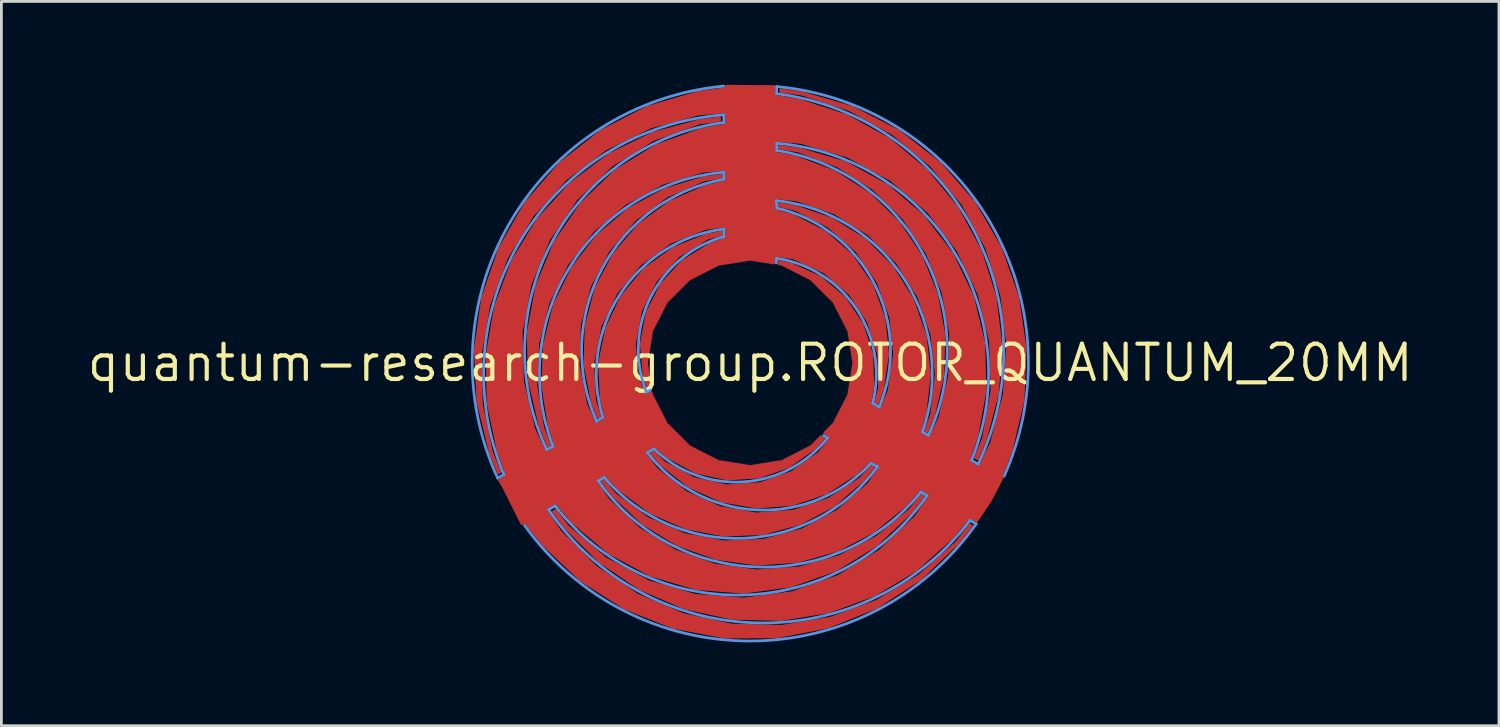
<source format=kicad_pcb>
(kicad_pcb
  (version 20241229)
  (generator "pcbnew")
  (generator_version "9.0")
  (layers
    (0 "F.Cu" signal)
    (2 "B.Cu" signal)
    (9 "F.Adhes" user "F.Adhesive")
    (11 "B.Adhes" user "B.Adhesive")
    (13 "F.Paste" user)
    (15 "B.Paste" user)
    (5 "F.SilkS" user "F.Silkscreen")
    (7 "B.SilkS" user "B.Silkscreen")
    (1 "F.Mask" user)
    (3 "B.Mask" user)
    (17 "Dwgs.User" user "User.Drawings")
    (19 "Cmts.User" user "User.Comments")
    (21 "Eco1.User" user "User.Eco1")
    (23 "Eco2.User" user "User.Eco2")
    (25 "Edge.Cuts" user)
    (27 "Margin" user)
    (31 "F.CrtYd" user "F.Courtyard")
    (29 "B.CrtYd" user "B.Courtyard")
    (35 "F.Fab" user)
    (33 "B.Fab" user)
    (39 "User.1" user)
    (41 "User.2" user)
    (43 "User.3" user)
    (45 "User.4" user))
  (footprint "quantum-research-group.ROTOR_QUANTUM_20MM"
    (layer "F.Cu")
    (at 23.956 10.013)
    (property "Reference" "quantum-research-group.ROTOR_QUANTUM_20MM" (at 0 0 0) (layer "F.SilkS") (effects (font (size 1.27 1.27) (thickness 0.15))))
    (attr smd)
    (fp_poly (pts (xy 0 -3.732) (xy -0.000003 -3.732) (xy -1.153 -3.549) (xy -1.153 -3.549) (xy -2.193 -3.019) (xy -2.193 -3.019) (xy -3.019 -2.193) (xy -3.019 -2.193) (xy -3.549 -1.153) (xy -3.549 -1.153) (xy -3.732 0) (xy -3.732 0.000003) (xy -3.593 0.876) (xy -3.594 0.876) (xy -3.676 0.917) (xy -3.814 0.475) (xy -3.923 -0.663) (xy -3.714 -1.788) (xy -3.204 -2.812) (xy -2.433 -3.656) (xy -1.459 -4.256) (xy -0.93 -4.446) (xy -0.905 -4.446) (xy -0.894 -4.456) (xy -0.88 -4.46) (xy -0.866 -4.485) (xy -0.847 -4.504) (xy -0.847 -4.519) (xy -0.839 -4.533) (xy -0.847 -4.559) (xy -0.847 -4.785) (xy -0.842 -4.791) (xy -0.847 -4.826) (xy -0.847 -4.861) (xy -0.852 -4.866) (xy -0.853 -4.873) (xy -0.88 -4.895) (xy -0.905 -4.919) (xy -0.912 -4.919) (xy -0.918 -4.924) (xy -0.953 -4.919) (xy -0.988 -4.919) (xy -0.993 -4.914) (xy -1.625 -4.833) (xy -1.625 -4.833) (xy -2.873 -4.339) (xy -2.873 -4.339) (xy -3.96 -3.552) (xy -3.96 -3.552) (xy -4.821 -2.523) (xy -4.821 -2.523) (xy -5.401 -1.313) (xy -5.401 -1.313) (xy -5.666 0.003) (xy -5.666 0.003) (xy -5.598 1.343) (xy -5.598 1.343) (xy -5.423 1.913) (xy -5.48 1.952) (xy -5.684 1.413) (xy -5.95 0.049) (xy -5.904 -1.34) (xy -5.549 -2.684) (xy -4.902 -3.914) (xy -3.997 -4.968) (xy -2.878 -5.794) (xy -1.604 -6.348) (xy -0.935 -6.513) (xy -0.905 -6.513) (xy -0.898 -6.52) (xy -0.887 -6.522) (xy -0.869 -6.549) (xy -0.847 -6.571) (xy -0.847 -6.582) (xy -0.841 -6.59) (xy -0.847 -6.622) (xy -0.847 -6.825) (xy -0.843 -6.829) (xy -0.847 -6.866) (xy -0.847 -6.903) (xy -0.85 -6.907) (xy -0.85 -6.912) (xy -0.879 -6.936) (xy -0.905 -6.962) (xy -0.91 -6.962) (xy -0.914 -6.965) (xy -0.951 -6.962) (xy -0.988 -6.962) (xy -0.991 -6.958) (xy -1.713 -6.895) (xy -3.171 -6.455) (xy -4.508 -5.727) (xy -4.508 -5.727) (xy -5.668 -4.741) (xy -5.668 -4.741) (xy -6.602 -3.539) (xy -6.602 -3.539) (xy -7.27 -2.171) (xy -7.27 -2.171) (xy -7.646 -0.696) (xy -7.646 -0.696) (xy -7.712 0.825) (xy -7.712 0.825) (xy -7.466 2.327) (xy -7.466 2.327) (xy -7.223 2.956) (xy -7.273 2.984) (xy -7.557 2.292) (xy -7.953 0.631) (xy -7.995 -1.076) (xy -7.684 -2.755) (xy -7.032 -4.333) (xy -6.067 -5.742) (xy -4.832 -6.921) (xy -3.38 -7.818) (xy -1.773 -8.396) (xy -0.938 -8.555) (xy -0.905 -8.555) (xy -0.9 -8.561) (xy -0.892 -8.562) (xy -0.871 -8.589) (xy -0.847 -8.614) (xy -0.847 -8.621) (xy -0.842 -8.628) (xy -0.847 -8.662) (xy -0.847 -8.892) (xy -0.844 -8.895) (xy -0.847 -8.933) (xy -0.847 -8.971) (xy -0.85 -8.974) (xy -0.85 -8.978) (xy -0.878 -9.002) (xy -0.905 -9.029) (xy -0.909 -9.029) (xy -0.913 -9.032) (xy -0.95 -9.029) (xy -0.988 -9.029) (xy -0.991 -9.026) (xy -1.849 -8.961) (xy -1.849 -8.961) (xy -3.582 -8.491) (xy -3.582 -8.491) (xy -5.195 -7.703) (xy -5.195 -7.703) (xy -6.631 -6.626) (xy -6.631 -6.626) (xy -7.839 -5.298) (xy -7.839 -5.298) (xy -8.775 -3.767) (xy -8.775 -3.767) (xy -9.407 -2.087) (xy -9.407 -2.087) (xy -9.711 -0.318) (xy -9.677 1.477) (xy -9.306 3.234) (xy -9.013 3.933) (xy -9.059 3.96) (xy -9.353 3.231) (xy -9.802 1.401) (xy -9.895 -0.481) (xy -9.629 -2.346) (xy -9.015 -4.127) (xy -8.073 -5.758) (xy -6.838 -7.181) (xy -5.356 -8.344) (xy -3.68 -9.205) (xy -1.871 -9.732) (xy -0.937 -9.863) (xy -0.896 -9.867) (xy -0.843 -9.931) (xy -0.846 -9.96) (xy 0.858 -9.945) (xy 0.853 -9.886) (xy 0.85 -9.722) (xy 0.845 -9.662) (xy 0.849 -9.657) (xy 0.849 -9.65) (xy 0.874 -9.625) (xy 0.896 -9.596) (xy 0.902 -9.595) (xy 0.907 -9.591) (xy 0.941 -9.59) (xy 1.8 -9.44) (xy 3.463 -8.897) (xy 4.994 -8.051) (xy 6.339 -6.932) (xy 7.449 -5.581) (xy 8.285 -4.044) (xy 8.817 -2.378) (xy 9.026 -0.641) (xy 8.905 1.104) (xy 8.457 2.795) (xy 8.179 3.452) (xy 8.115 3.415) (xy 8.393 2.731) (xy 8.393 2.731) (xy 8.706 1.001) (xy 8.706 1.001) (xy 8.653 -0.757) (xy 8.653 -0.757) (xy 8.238 -2.466) (xy 8.238 -2.466) (xy 7.478 -4.052) (xy 7.478 -4.052) (xy 6.406 -5.446) (xy 6.406 -5.446) (xy 5.069 -6.589) (xy 5.069 -6.589) (xy 3.524 -7.43) (xy 3.524 -7.43) (xy 1.839 -7.933) (xy 1.839 -7.933) (xy 1 -8.001) (xy 0.997 -8.004) (xy 0.959 -8.004) (xy 0.921 -8.008) (xy 0.918 -8.005) (xy 0.914 -8.005) (xy 0.887 -7.979) (xy 0.858 -7.954) (xy 0.858 -7.95) (xy 0.855 -7.948) (xy 0.854 -7.909) (xy 0.851 -7.871) (xy 0.854 -7.868) (xy 0.85 -7.657) (xy 0.845 -7.623) (xy 0.849 -7.616) (xy 0.849 -7.608) (xy 0.873 -7.584) (xy 0.894 -7.556) (xy 0.901 -7.554) (xy 0.907 -7.549) (xy 0.94 -7.548) (xy 1.656 -7.398) (xy 3.034 -6.877) (xy 4.277 -6.086) (xy 5.332 -5.057) (xy 5.332 -5.057) (xy 6.155 -3.835) (xy 6.71 -2.471) (xy 6.975 -1.022) (xy 6.939 0.451) (xy 6.602 1.885) (xy 6.366 2.467) (xy 6.322 2.442) (xy 6.534 1.839) (xy 6.534 1.839) (xy 6.698 0.404) (xy 6.698 0.404) (xy 6.536 -1.031) (xy 6.536 -1.031) (xy 6.057 -2.393) (xy 6.057 -2.393) (xy 5.286 -3.614) (xy 5.286 -3.614) (xy 4.262 -4.632) (xy 4.262 -4.632) (xy 3.036 -5.395) (xy 3.036 -5.395) (xy 1.67 -5.864) (xy 1.67 -5.864) (xy 0.984 -5.937) (xy 0.977 -5.943) (xy 0.944 -5.941) (xy 0.911 -5.945) (xy 0.904 -5.939) (xy 0.894 -5.938) (xy 0.872 -5.913) (xy 0.847 -5.893) (xy 0.846 -5.883) (xy 0.839 -5.876) (xy 0.842 -5.843) (xy 0.838 -5.81) (xy 0.844 -5.803) (xy 0.859 -5.58) (xy 0.853 -5.554) (xy 0.861 -5.54) (xy 0.862 -5.524) (xy 0.882 -5.506) (xy 0.897 -5.484) (xy 0.912 -5.48) (xy 0.924 -5.47) (xy 0.949 -5.471) (xy 1.553 -5.293) (xy 2.694 -4.708) (xy 3.656 -3.861) (xy 4.38 -2.803) (xy 4.821 -1.599) (xy 4.952 -0.324) (xy 4.765 0.945) (xy 4.592 1.443) (xy 4.525 1.404) (xy 4.656 0.891) (xy 4.656 0.891) (xy 4.622 -0.319) (xy 4.256 -1.474) (xy 3.587 -2.483) (xy 3.587 -2.483) (xy 2.666 -3.27) (xy 2.666 -3.27) (xy 1.565 -3.773) (xy 1.565 -3.773) (xy 1.002 -3.858) (xy 0.999 -3.862) (xy 0.962 -3.864) (xy 0.925 -3.87) (xy 0.921 -3.867) (xy 0.916 -3.867) (xy 0.888 -3.843) (xy 0.859 -3.821) (xy 0.858 -3.815) (xy 0.854 -3.812) (xy 0.852 -3.775) (xy 0.846 -3.739) (xy 0.849 -3.735) (xy 0.841 -3.599)) (stroke (width 0.1) (type default)) (fill yes) (layer "F.Cu"))
    (fp_poly (pts (xy 1.044 -3.642) (xy 1.496 -3.541) (xy 2.536 -3.065) (xy 3.405 -2.322) (xy 4.037 -1.369) (xy 4.383 -0.279) (xy 4.416 0.864) (xy 4.315 1.417) (xy 4.302 1.439) (xy 4.306 1.454) (xy 4.303 1.468) (xy 4.317 1.492) (xy 4.324 1.519) (xy 4.337 1.527) (xy 4.345 1.54) (xy 4.372 1.546) (xy 4.567 1.66) (xy 4.57 1.666) (xy 4.603 1.68) (xy 4.633 1.697) (xy 4.64 1.695) (xy 4.647 1.698) (xy 4.679 1.685) (xy 4.713 1.676) (xy 4.717 1.67) (xy 4.723 1.667) (xy 4.737 1.634) (xy 4.754 1.604) (xy 4.752 1.597) (xy 4.998 1.009) (xy 4.998 1.009) (xy 5.194 -0.318) (xy 5.194 -0.318) (xy 5.056 -1.653) (xy 5.056 -1.653) (xy 4.595 -2.914) (xy 4.595 -2.914) (xy 3.837 -4.021) (xy 3.837 -4.021) (xy 2.83 -4.908) (xy 2.83 -4.908) (xy 1.636 -5.52) (xy 1.636 -5.52) (xy 1.054 -5.653) (xy 1.05 -5.722) (xy 1.618 -5.629) (xy 2.933 -5.177) (xy 4.113 -4.443) (xy 5.099 -3.464) (xy 5.841 -2.288) (xy 6.301 -0.977) (xy 6.457 0.404) (xy 6.3 1.785) (xy 6.108 2.447) (xy 6.093 2.473) (xy 6.095 2.483) (xy 6.092 2.493) (xy 6.106 2.522) (xy 6.114 2.553) (xy 6.123 2.558) (xy 6.128 2.567) (xy 6.158 2.578) (xy 6.334 2.68) (xy 6.336 2.684) (xy 6.369 2.7) (xy 6.402 2.719) (xy 6.406 2.717) (xy 6.411 2.719) (xy 6.446 2.707) (xy 6.482 2.697) (xy 6.484 2.693) (xy 6.489 2.691) (xy 6.504 2.657) (xy 6.523 2.625) (xy 6.522 2.62) (xy 6.828 1.964) (xy 6.828 1.964) (xy 7.176 0.482) (xy 7.176 0.482) (xy 7.214 -1.04) (xy 7.214 -1.04) (xy 6.94 -2.538) (xy 6.94 -2.538) (xy 6.366 -3.948) (xy 5.516 -5.211) (xy 4.426 -6.273) (xy 4.426 -6.273) (xy 3.142 -7.091) (xy 1.717 -7.629) (xy 1.717 -7.629) (xy 1.051 -7.733) (xy 1.052 -7.791) (xy 1.793 -7.691) (xy 3.43 -7.203) (xy 4.929 -6.386) (xy 6.227 -5.277) (xy 7.268 -3.923) (xy 8.006 -2.384) (xy 8.409 -0.724) (xy 8.46 0.982) (xy 8.157 2.663) (xy 7.878 3.465) (xy 7.861 3.494) (xy 7.863 3.501) (xy 7.86 3.508) (xy 7.874 3.54) (xy 7.883 3.574) (xy 7.89 3.578) (xy 7.893 3.585) (xy 7.925 3.598) (xy 8.124 3.713) (xy 8.125 3.717) (xy 8.159 3.733) (xy 8.192 3.752) (xy 8.196 3.751) (xy 8.2 3.753) (xy 8.236 3.74) (xy 8.272 3.731) (xy 8.274 3.727) (xy 8.278 3.725) (xy 8.294 3.692) (xy 8.313 3.659) (xy 8.312 3.655) (xy 8.685 2.879) (xy 8.685 2.879) (xy 9.144 1.144) (xy 9.144 1.144) (xy 9.269 -0.647) (xy 9.269 -0.647) (xy 9.054 -2.429) (xy 9.054 -2.429) (xy 8.508 -4.139) (xy 8.508 -4.139) (xy 7.65 -5.716) (xy 7.65 -5.716) (xy 6.511 -7.103) (xy 6.511 -7.103) (xy 6.511 -7.103) (xy 5.131 -8.251) (xy 5.131 -8.251) (xy 3.559 -9.12) (xy 3.559 -9.12) (xy 1.853 -9.676) (xy 1.853 -9.676) (xy 1.1 -9.772) (xy 1.1 -9.825) (xy 1.874 -9.716) (xy 3.675 -9.192) (xy 5.345 -8.339) (xy 6.823 -7.185) (xy 8.057 -5.773) (xy 9.002 -4.153) (xy 9.624 -2.384) (xy 9.901 -0.529) (xy 9.823 1.345) (xy 9.393 3.17) (xy 9.05 4.044) (xy 9.05 4.044) (xy 9.033 4.082) (xy 9.061 4.156) (xy 8.651 4.947) (xy 8.15 5.691) (xy 7.973 5.585) (xy 7.945 5.563) (xy 7.938 5.564) (xy 7.933 5.561) (xy 7.898 5.569) (xy 7.862 5.574) (xy 7.859 5.579) (xy 7.853 5.581) (xy 7.835 5.61) (xy 7.275 6.279) (xy 5.974 7.447) (xy 4.476 8.351) (xy 2.834 8.956) (xy 1.109 9.241) (xy -0.64 9.197) (xy -2.349 8.825) (xy -3.958 8.137) (xy -5.409 7.16) (xy -6.649 5.927) (xy -7.079 5.357) (xy -7.015 5.32) (xy -6.562 5.903) (xy -6.562 5.903) (xy -6.562 5.903) (xy -5.219 7.039) (xy -5.219 7.039) (xy -3.671 7.873) (xy -3.671 7.873) (xy -1.983 8.367) (xy -1.983 8.367) (xy -0.229 8.502) (xy -0.229 8.502) (xy 1.514 8.271) (xy 1.514 8.271) (xy 3.172 7.684) (xy 4.672 6.767) (xy 5.95 5.559) (xy 5.95 5.559) (xy 6.429 4.866) (xy 6.433 4.866) (xy 6.452 4.833) (xy 6.474 4.801) (xy 6.474 4.798) (xy 6.475 4.794) (xy 6.466 4.757) (xy 6.459 4.72) (xy 6.456 4.718) (xy 6.455 4.714) (xy 6.423 4.694) (xy 6.391 4.673) (xy 6.387 4.673) (xy 6.206 4.565) (xy 6.179 4.543) (xy 6.171 4.544) (xy 6.164 4.54) (xy 6.131 4.548) (xy 6.097 4.552) (xy 6.092 4.558) (xy 6.084 4.56) (xy 6.067 4.588) (xy 5.578 5.133) (xy 4.438 6.066) (xy 3.132 6.747) (xy 1.714 7.146) (xy 0.244 7.247) (xy -1.215 7.046) (xy -2.603 6.551) (xy -3.86 5.783) (xy -4.934 4.775) (xy -5.32 4.28) (xy -5.276 4.254) (xy -4.86 4.739) (xy -4.86 4.739) (xy -4.86 4.739) (xy -3.699 5.598) (xy -3.699 5.598) (xy -2.375 6.176) (xy -2.375 6.176) (xy -0.956 6.443) (xy -0.956 6.443) (xy 0.487 6.386) (xy 0.487 6.386) (xy 1.88 6.007) (xy 1.88 6.007) (xy 3.154 5.327) (xy 3.154 5.327) (xy 4.243 4.379) (xy 4.243 4.379) (xy 4.243 4.379) (xy 4.65 3.821) (xy 4.659 3.818) (xy 4.673 3.788) (xy 4.693 3.762) (xy 4.691 3.752) (xy 4.695 3.743) (xy 4.685 3.712) (xy 4.68 3.68) (xy 4.672 3.674) (xy 4.669 3.665) (xy 4.639 3.65) (xy 4.613 3.631) (xy 4.603 3.632) (xy 4.403 3.534) (xy 4.383 3.515) (xy 4.367 3.516) (xy 4.353 3.509) (xy 4.328 3.517) (xy 4.301 3.518) (xy 4.29 3.53) (xy 4.274 3.535) (xy 4.264 3.557) (xy 3.807 3.991) (xy 3.807 3.991) (xy 2.73 4.687) (xy 1.516 5.097) (xy 0.237 5.194) (xy -1.026 4.974) (xy -2.195 4.45) (xy -3.2 3.654) (xy -3.546 3.256) (xy -3.479 3.217) (xy -3.1 3.587) (xy -3.1 3.587) (xy -2.034 4.162) (xy -2.034 4.162) (xy -0.852 4.423) (xy -0.852 4.423) (xy 0.357 4.348) (xy 0.357 4.348) (xy 1.498 3.944) (xy 1.498 3.944) (xy 2.485 3.242) (xy 2.485 3.242) (xy 2.485 3.242) (xy 2.84 2.797) (xy 2.845 2.796) (xy 2.866 2.765) (xy 2.889 2.736) (xy 2.888 2.731) (xy 2.891 2.727) (xy 2.884 2.69) (xy 2.879 2.654) (xy 2.875 2.651) (xy 2.874 2.645) (xy 2.844 2.625) (xy 2.815 2.602) (xy 2.81 2.603) (xy 2.689 2.523) (xy 3.019 2.193) (xy 3.019 2.193) (xy 3.549 1.153) (xy 3.549 1.153) (xy 3.732 0.000003) (xy 3.549 -1.153) (xy 3.549 -1.153) (xy 3.019 -2.193) (xy 3.019 -2.193) (xy 2.193 -3.019) (xy 2.193 -3.019) (xy 1.153 -3.549) (xy 1.153 -3.549) (xy 1.04 -3.567)) (stroke (width 0.1) (type default)) (fill yes) (layer "F.Cu"))
    (fp_poly (pts (xy -8.255 5.715) (xy -8.89 4.445) (xy -9.025 4.227) (xy -9.012 4.221) (xy -9.01 4.217) (xy -8.823 4.113) (xy -8.79 4.099) (xy -8.788 4.093) (xy -8.782 4.09) (xy -8.772 4.055) (xy -8.759 4.022) (xy -8.761 4.016) (xy -8.759 4.01) (xy -8.776 3.98) (xy -9.075 3.161) (xy -9.436 1.45) (xy -9.469 -0.299) (xy -9.173 -2.023) (xy -8.557 -3.661) (xy -7.645 -5.153) (xy -6.468 -6.447) (xy -5.068 -7.496) (xy -3.496 -8.264) (xy -1.808 -8.722) (xy -1.1 -8.809) (xy -1.1 -8.735) (xy -1.831 -8.634) (xy -1.831 -8.634) (xy -3.486 -8.04) (xy -3.486 -8.04) (xy -4.982 -7.115) (xy -4.982 -7.115) (xy -6.255 -5.901) (xy -6.255 -5.901) (xy -7.248 -4.45) (xy -7.248 -4.45) (xy -7.92 -2.824) (xy -7.92 -2.824) (xy -8.241 -1.095) (xy -8.241 -1.095) (xy -8.196 0.663) (xy -8.196 0.663) (xy -7.789 2.374) (xy -7.789 2.374) (xy -7.429 3.135) (xy -7.43 3.138) (xy -7.412 3.172) (xy -7.395 3.206) (xy -7.392 3.207) (xy -7.39 3.211) (xy -7.353 3.221) (xy -7.317 3.234) (xy -7.314 3.232) (xy -7.31 3.233) (xy -7.277 3.215) (xy -7.242 3.199) (xy -7.241 3.195) (xy -7.056 3.092) (xy -7.024 3.08) (xy -7.021 3.072) (xy -7.014 3.069) (xy -7.004 3.035) (xy -6.99 3.004) (xy -6.993 2.997) (xy -6.991 2.989) (xy -7.007 2.96) (xy -7.235 2.264) (xy -7.473 0.811) (xy -7.409 -0.661) (xy -7.046 -2.089) (xy -6.399 -3.412) (xy -5.495 -4.576) (xy -4.372 -5.53) (xy -3.079 -6.235) (xy -1.668 -6.66) (xy -1.046 -6.747) (xy -1.046 -6.696) (xy -1.675 -6.578) (xy -1.675 -6.578) (xy -2.999 -6.002) (xy -2.999 -6.002) (xy -4.161 -5.145) (xy -4.161 -5.145) (xy -4.161 -5.145) (xy -5.101 -4.049) (xy -5.101 -4.049) (xy -5.773 -2.771) (xy -5.773 -2.771) (xy -6.142 -1.375) (xy -6.142 -1.375) (xy -6.19 0.068) (xy -6.19 0.068) (xy -5.914 1.485) (xy -5.914 1.485) (xy -5.634 2.116) (xy -5.636 2.126) (xy -5.617 2.153) (xy -5.604 2.183) (xy -5.595 2.187) (xy -5.59 2.195) (xy -5.557 2.201) (xy -5.527 2.213) (xy -5.518 2.209) (xy -5.508 2.211) (xy -5.481 2.193) (xy -5.451 2.179) (xy -5.447 2.17) (xy -5.262 2.046) (xy -5.236 2.039) (xy -5.229 2.024) (xy -5.215 2.015) (xy -5.21 1.989) (xy -5.197 1.965) (xy -5.202 1.95) (xy -5.199 1.934) (xy -5.212 1.914) (xy -5.36 1.301) (xy -5.425 0.021) (xy -5.172 -1.236) (xy -4.617 -2.392) (xy -3.795 -3.376) (xy -2.756 -4.127) (xy -1.564 -4.599) (xy -1.046 -4.699) (xy -1.046 -4.621) (xy -1.556 -4.478) (xy -1.556 -4.478) (xy -2.587 -3.843) (xy -2.587 -3.843) (xy -3.404 -2.949) (xy -3.404 -2.949) (xy -3.944 -1.865) (xy -3.944 -1.865) (xy -4.165 -0.674) (xy -4.165 -0.674) (xy -4.05 0.531) (xy -4.05 0.531) (xy -3.842 1.061) (xy -3.844 1.066) (xy -3.827 1.099) (xy -3.814 1.134) (xy -3.809 1.136) (xy -3.807 1.14) (xy -3.772 1.152) (xy -3.738 1.167) (xy -3.733 1.165) (xy -3.728 1.167) (xy -3.695 1.15) (xy -3.661 1.137) (xy -3.659 1.132) (xy -3.56 1.083) (xy -3.549 1.153) (xy -3.549 1.153) (xy -3.019 2.193) (xy -3.019 2.193) (xy -2.193 3.019) (xy -2.193 3.019) (xy -1.153 3.549) (xy -1.153 3.549) (xy -0.000003 3.732) (xy 0 3.732) (xy 1.153 3.549) (xy 1.153 3.549) (xy 2.193 3.019) (xy 2.193 3.019) (xy 2.553 2.66) (xy 2.556 2.675) (xy 2.632 2.725) (xy 2.319 3.066) (xy 1.387 3.729) (xy 0.309 4.111) (xy -0.833 4.181) (xy -1.95 3.935) (xy -2.956 3.392) (xy -3.385 3.028) (xy -3.397 3.007) (xy -3.412 3.003) (xy -3.423 2.992) (xy -3.451 2.992) (xy -3.477 2.985) (xy -3.491 2.993) (xy -3.506 2.993) (xy -3.525 3.013) (xy -3.721 3.126) (xy -3.728 3.125) (xy -3.756 3.146) (xy -3.786 3.164) (xy -3.788 3.171) (xy -3.794 3.175) (xy -3.799 3.21) (xy -3.808 3.244) (xy -3.804 3.25) (xy -3.805 3.257) (xy -3.784 3.285) (xy -3.766 3.315) (xy -3.759 3.317) (xy -3.373 3.823) (xy -3.373 3.823) (xy -3.373 3.823) (xy -2.321 4.657) (xy -2.321 4.657) (xy -1.096 5.206) (xy -1.096 5.206) (xy 0.226 5.436) (xy 0.226 5.436) (xy 1.564 5.334) (xy 1.564 5.334) (xy 2.836 4.905) (xy 2.836 4.905) (xy 3.963 4.177) (xy 4.368 3.739) (xy 4.431 3.77) (xy 4.066 4.216) (xy 3.017 5.129) (xy 1.792 5.784) (xy 0.45 6.148) (xy -0.939 6.203) (xy -2.305 5.946) (xy -3.578 5.39) (xy -4.696 4.563) (xy -5.173 4.066) (xy -5.188 4.04) (xy -5.198 4.037) (xy -5.205 4.029) (xy -5.237 4.027) (xy -5.268 4.019) (xy -5.277 4.024) (xy -5.287 4.023) (xy -5.312 4.044) (xy -5.488 4.146) (xy -5.493 4.145) (xy -5.523 4.166) (xy -5.555 4.185) (xy -5.556 4.189) (xy -5.56 4.192) (xy -5.567 4.229) (xy -5.577 4.265) (xy -5.574 4.269) (xy -5.575 4.274) (xy -5.554 4.304) (xy -5.535 4.336) (xy -5.53 4.338) (xy -5.114 4.931) (xy -5.114 4.931) (xy -4.005 5.974) (xy -4.005 5.974) (xy -2.706 6.767) (xy -2.706 6.767) (xy -1.272 7.279) (xy -1.272 7.279) (xy 0.236 7.486) (xy 0.236 7.486) (xy 1.755 7.382) (xy 1.755 7.382) (xy 3.22 6.969) (xy 3.22 6.969) (xy 4.57 6.266) (xy 4.57 6.266) (xy 5.748 5.302) (xy 5.748 5.302) (xy 5.748 5.302) (xy 6.172 4.777) (xy 6.221 4.807) (xy 5.764 5.399) (xy 4.523 6.572) (xy 3.066 7.462) (xy 1.457 8.032) (xy -0.236 8.257) (xy -1.939 8.126) (xy -3.577 7.645) (xy -5.081 6.836) (xy -6.385 5.733) (xy -6.94 5.09) (xy -6.956 5.061) (xy -6.964 5.059) (xy -6.969 5.053) (xy -7.003 5.049) (xy -7.036 5.04) (xy -7.043 5.044) (xy -7.051 5.043) (xy -7.078 5.064) (xy -7.277 5.179) (xy -7.282 5.178) (xy -7.313 5.199) (xy -7.345 5.218) (xy -7.346 5.223) (xy -7.35 5.225) (xy -7.357 5.262) (xy -7.367 5.298) (xy -7.365 5.302) (xy -7.365 5.306) (xy -7.344 5.337) (xy -7.325 5.37) (xy -7.321 5.371) (xy -6.836 6.082) (xy -6.836 6.082) (xy -5.563 7.347) (xy -5.563 7.347) (xy -5.563 7.347) (xy -4.074 8.35) (xy -4.074 8.35) (xy -2.423 9.056) (xy -2.423 9.056) (xy -0.669 9.438) (xy -0.669 9.438) (xy 1.125 9.483) (xy 1.125 9.483) (xy 2.896 9.19) (xy 2.896 9.19) (xy 4.581 8.569) (xy 4.581 8.569) (xy 6.118 7.642) (xy 6.118 7.642) (xy 7.454 6.443) (xy 7.454 6.443) (xy 7.454 6.443) (xy 7.913 5.839) (xy 7.959 5.865) (xy 7.476 6.482) (xy 6.121 7.781) (xy 4.544 8.801) (xy 2.803 9.504) (xy 0.961 9.865) (xy -0.917 9.872) (xy -2.762 9.523) (xy -4.507 8.831) (xy -6.091 7.822) (xy -7.455 6.531) (xy -8.038 5.795) (xy -8.063 5.761) (xy -8.144 5.748) (xy -8.21 5.795)) (stroke (width 0.1) (type default)) (fill yes) (layer "F.Cu"))
    (fp_line (start -8.867 4.022) (end -9.091 4.147) (stroke (width 0.1) (type default)) (layer "Cmts.User"))
    (fp_line (start -7.098 3.001) (end -7.323 3.126) (stroke (width 0.1) (type default)) (layer "Cmts.User"))
    (fp_line (start -7.022 5.147) (end -7.26 5.284) (stroke (width 0.1) (type default)) (layer "Cmts.User"))
    (fp_line (start -5.305 1.955) (end -5.529 2.105) (stroke (width 0.1) (type default)) (layer "Cmts.User"))
    (fp_line (start -5.254 4.126) (end -5.469 4.25) (stroke (width 0.1) (type default)) (layer "Cmts.User"))
    (fp_line (start -3.587 0.984) (end -3.736 1.059) (stroke (width 0.1) (type default)) (layer "Cmts.User"))
    (fp_line (start -3.463 3.092) (end -3.7 3.229) (stroke (width 0.1) (type default)) (layer "Cmts.User"))
    (fp_line (start -0.947 -8.655) (end -0.947 -8.929) (stroke (width 0.1) (type default)) (layer "Cmts.User"))
    (fp_line (start -0.947 -6.613) (end -0.947 -6.862) (stroke (width 0.1) (type default)) (layer "Cmts.User"))
    (fp_line (start -0.947 -4.545) (end -0.947 -4.819) (stroke (width 0.1) (type default)) (layer "Cmts.User"))
    (fp_line (start 0.941 -3.598) (end 0.951 -3.765) (stroke (width 0.1) (type default)) (layer "Cmts.User"))
    (fp_line (start 0.95 -9.69) (end 0.954 -9.947) (stroke (width 0.1) (type default)) (layer "Cmts.User"))
    (fp_line (start 0.95 -7.648) (end 0.954 -7.904) (stroke (width 0.1) (type default)) (layer "Cmts.User"))
    (fp_line (start 0.959 -5.572) (end 0.942 -5.841) (stroke (width 0.1) (type default)) (layer "Cmts.User"))
    (fp_line (start 2.645 2.614) (end 2.785 2.706) (stroke (width 0.1) (type default)) (layer "Cmts.User"))
    (fp_line (start 4.346 3.617) (end 4.587 3.736) (stroke (width 0.1) (type default)) (layer "Cmts.User"))
    (fp_line (start 4.41 1.453) (end 4.647 1.59) (stroke (width 0.1) (type default)) (layer "Cmts.User"))
    (fp_line (start 6.148 4.647) (end 6.368 4.779) (stroke (width 0.1) (type default)) (layer "Cmts.User"))
    (fp_line (start 6.2 2.487) (end 6.416 2.611) (stroke (width 0.1) (type default)) (layer "Cmts.User"))
    (fp_line (start 7.917 5.668) (end 8.137 5.8) (stroke (width 0.1) (type default)) (layer "Cmts.User"))
    (fp_line (start 7.969 3.508) (end 8.206 3.645) (stroke (width 0.1) (type default)) (layer "Cmts.User"))
    (fp_arc (start -9.0911 4.1471) (mid -8.669191 -5.01495) (end -0.9465 -9.9628) (stroke (width 0.1) (type default)) (layer "Cmts.User"))
    (fp_arc (start -8.8669 4.0225) (mid -8.221653 -4.480521) (end -0.9465 -8.9291) (stroke (width 0.1) (type default)) (layer "Cmts.User"))
    (fp_arc (start -7.3227 3.1259) (mid -7.11991 -4.380332) (end -0.9465 -8.6551) (stroke (width 0.1) (type default)) (layer "Cmts.User"))
    (fp_arc (start -7.0985 3.0013) (mid -6.483547 -3.465301) (end -0.9465 -6.8618) (stroke (width 0.1) (type default)) (layer "Cmts.User"))
    (fp_arc (start -5.5294 2.1047) (mid -5.348714 -3.363705) (end -0.9465 -6.6128) (stroke (width 0.1) (type default)) (layer "Cmts.User"))
    (fp_arc (start -5.3052 1.9552) (mid -4.701431 -2.445846) (end -0.9465 -4.8195) (stroke (width 0.1) (type default)) (layer "Cmts.User"))
    (fp_arc (start -3.736 1.0586) (mid -3.584424 -2.362253) (end -0.9465 -4.5455) (stroke (width 0.1) (type default)) (layer "Cmts.User"))
    (fp_arc (start 0.9419 -5.8409) (mid 5.587345 -2.950257) (end 6.2001 2.4867) (stroke (width 0.1) (type default)) (layer "Cmts.User"))
    (fp_arc (start 0.9498 -9.6902) (mid 7.991058 -4.87996) (end 8.206 3.6448) (stroke (width 0.1) (type default)) (layer "Cmts.User"))
    (fp_arc (start 0.95 -7.6481) (mid 6.242797 -3.882276) (end 6.4157 2.6112) (stroke (width 0.1) (type default)) (layer "Cmts.User"))
    (fp_arc (start 0.9512 -3.7647) (mid 3.837884 -1.923043) (end 4.4097 1.453) (stroke (width 0.1) (type default)) (layer "Cmts.User"))
    (fp_arc (start 0.954 -9.9466) (mid 8.65441 -5.035518) (end 9.1409 4.0847) (stroke (width 0.1) (type default)) (layer "Cmts.User"))
    (fp_arc (start 0.9542 -7.9045) (mid 7.353286 -3.975799) (end 7.9687 3.5078) (stroke (width 0.1) (type default)) (layer "Cmts.User"))
    (fp_arc (start 0.9593 -5.572) (mid 4.468815 -2.848648) (end 4.647 1.59) (stroke (width 0.1) (type default)) (layer "Cmts.User"))
    (fp_arc (start 2.7847 2.7061) (mid -0.253546 4.285393) (end -3.4632 3.0924) (stroke (width 0.1) (type default)) (layer "Cmts.User"))
    (fp_arc (start 4.3458 3.6168) (mid 0.232563 5.294215) (end -3.7005 3.2294) (stroke (width 0.1) (type default)) (layer "Cmts.User"))
    (fp_arc (start 4.5874 3.7362) (mid -0.238701 6.314331) (end -5.2536 4.126) (stroke (width 0.1) (type default)) (layer "Cmts.User"))
    (fp_arc (start 6.1484 4.6468) (mid 0.240719 7.347359) (end -5.4692 4.2505) (stroke (width 0.1) (type default)) (layer "Cmts.User"))
    (fp_arc (start 6.3684 4.7786) (mid -0.233486 8.356477) (end -7.0222 5.1472) (stroke (width 0.1) (type default)) (layer "Cmts.User"))
    (fp_arc (start 7.917 5.6677) (mid 0.230587 9.360618) (end -7.2595 5.2842) (stroke (width 0.1) (type default)) (layer "Cmts.User"))
    (fp_arc (start 8.137 5.7995) (mid 0.022455 10.013177) (end -8.1197 5.8531) (stroke (width 0.1) (type default)) (layer "Cmts.User"))
    (fp_circle (center 0 0) (end 3.631 0) (stroke (width 0.002) (type default)) (fill no) (layer "Cmts.User"))
    (pad "1" smd roundrect (at 7.851 4.533 240) (size 1.7 1.7) (layers "F.Cu" "F.Mask" "F.Paste") (roundrect_rratio 0.01))
    (pad "2" smd roundrect (at -7.851 4.533 120) (size 1.7 1.7) (layers "F.Cu" "F.Mask" "F.Paste") (roundrect_rratio 0.01))
    (pad "3" smd roundrect (at 0 -9.066) (size 1.7 1.7) (layers "F.Cu" "F.Mask" "F.Paste") (roundrect_rratio 0.01)))
  (gr_rect
    (start -3 -3)
    (end 50.912 23.076)
    (stroke (width 0.1) (type default))
    (fill no)
    (layer "Edge.Cuts")))
</source>
